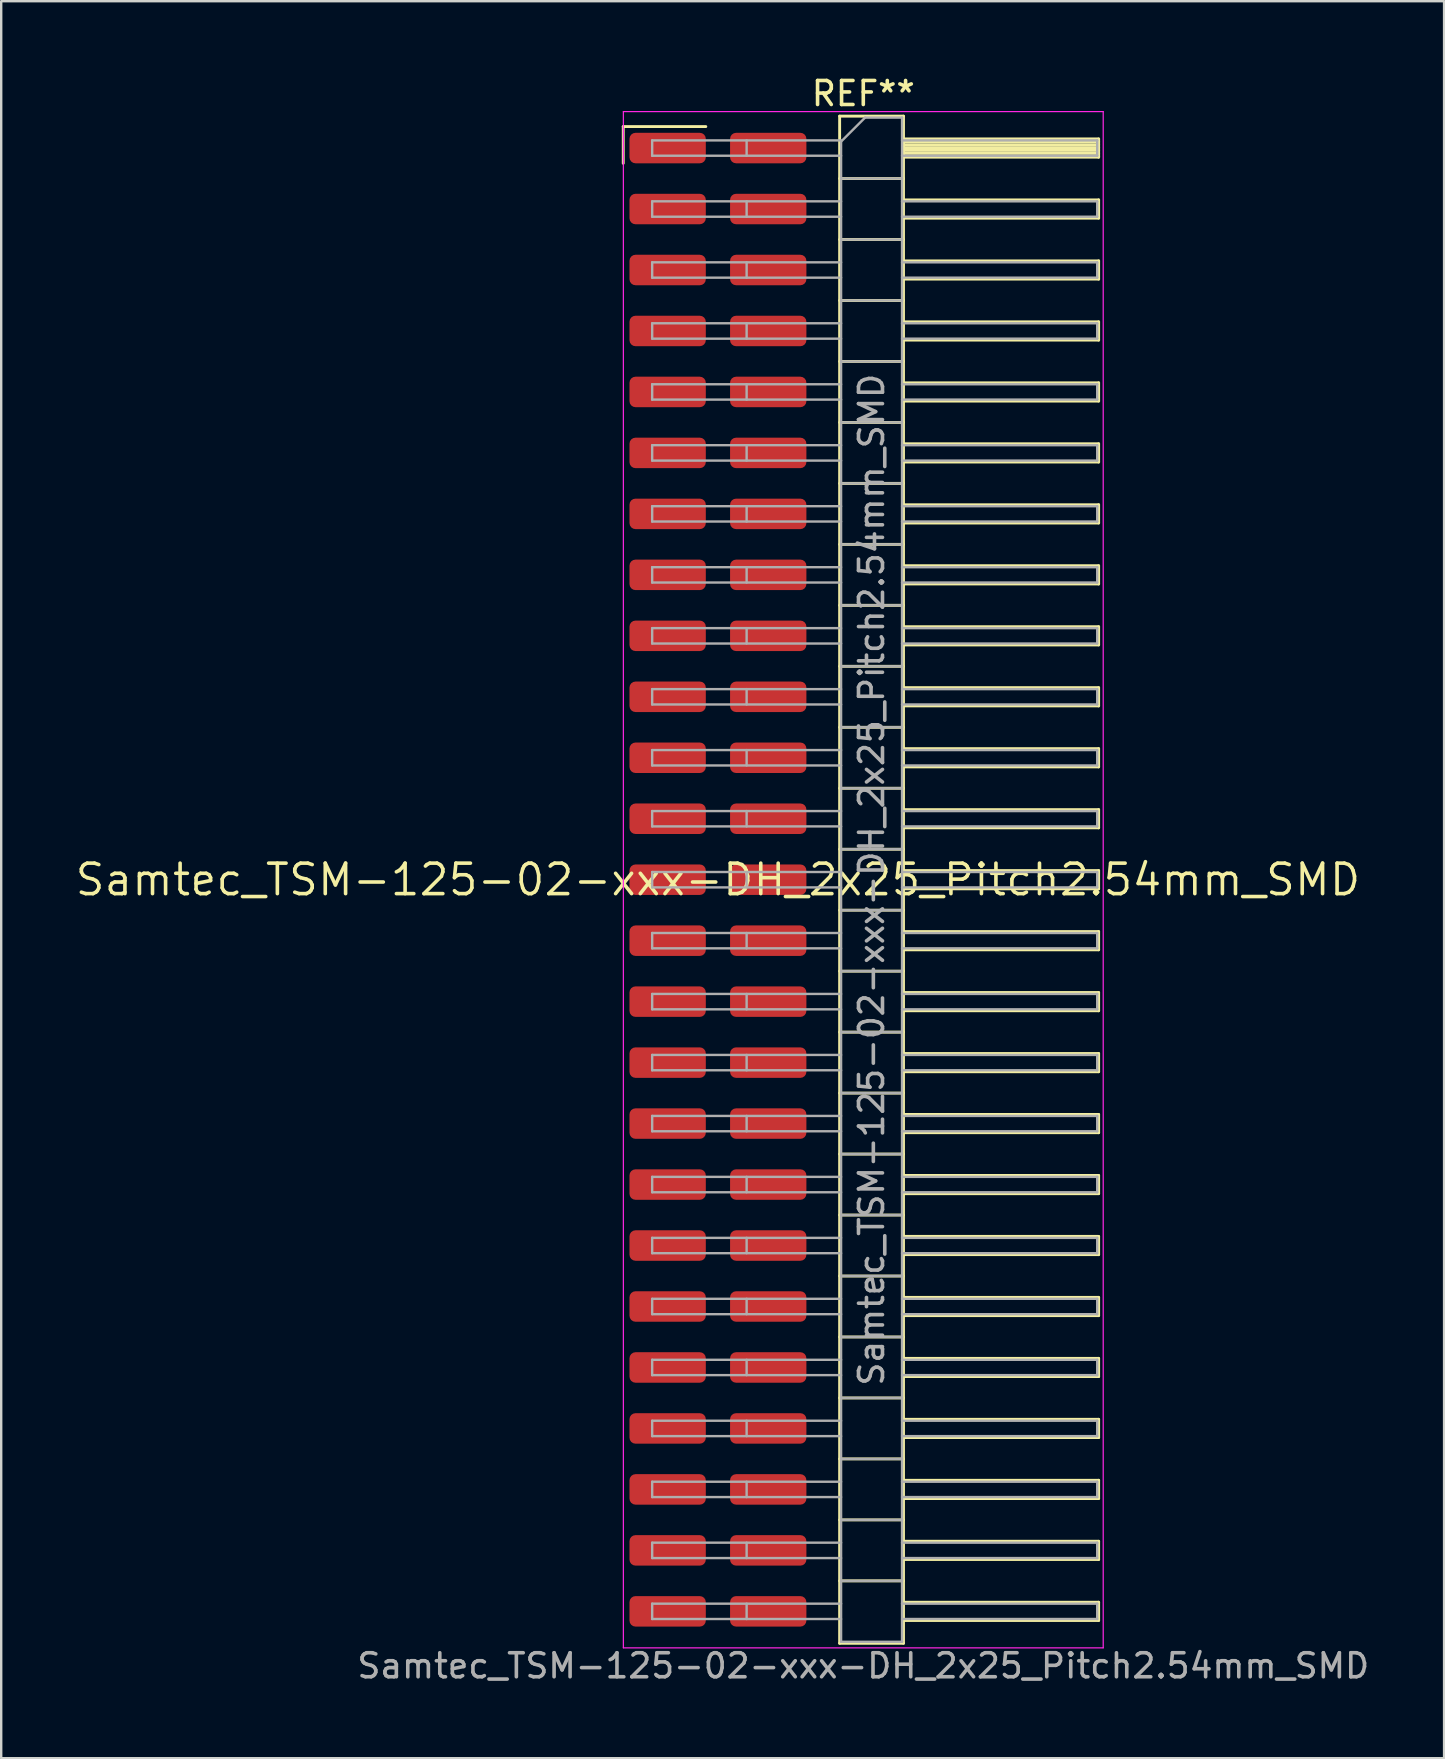
<source format=kicad_pcb>
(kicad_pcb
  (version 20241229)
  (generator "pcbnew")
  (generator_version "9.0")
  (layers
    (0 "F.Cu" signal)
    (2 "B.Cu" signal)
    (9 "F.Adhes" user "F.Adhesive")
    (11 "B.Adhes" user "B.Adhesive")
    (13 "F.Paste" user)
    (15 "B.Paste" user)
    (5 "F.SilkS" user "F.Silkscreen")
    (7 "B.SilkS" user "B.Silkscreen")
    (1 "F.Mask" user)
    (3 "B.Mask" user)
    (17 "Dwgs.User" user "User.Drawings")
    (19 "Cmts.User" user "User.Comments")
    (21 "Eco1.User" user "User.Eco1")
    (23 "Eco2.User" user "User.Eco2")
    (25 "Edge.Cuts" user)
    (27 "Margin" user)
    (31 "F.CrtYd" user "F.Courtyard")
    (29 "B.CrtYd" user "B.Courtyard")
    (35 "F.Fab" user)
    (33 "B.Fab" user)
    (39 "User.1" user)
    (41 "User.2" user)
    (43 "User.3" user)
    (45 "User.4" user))
  (footprint "Samtec_TSM-125-02-xxx-DH_2x25_Pitch2.54mm_SMD"
    (layer "F.Cu")
    (at 26.859 33.598)
    (property "Reference" "Samtec_TSM-125-02-xxx-DH_2x25_Pitch2.54mm_SMD" (at 0 0 0) (layer "F.SilkS") (effects (font (size 1.27 1.27) (thickness 0.15))))
    (attr smd)
    (fp_line (start -3.945 -31.375) (end -0.505 -31.375) (stroke (width 0.12) (type solid)) (layer "F.SilkS"))
    (fp_line (start -3.945 -29.845) (end -3.945 -31.375) (stroke (width 0.12) (type solid)) (layer "F.SilkS"))
    (fp_line (start 5.07 -31.81) (end 7.73 -31.81) (stroke (width 0.12) (type solid)) (layer "F.SilkS"))
    (fp_line (start 5.07 -29.21) (end 7.73 -29.21) (stroke (width 0.12) (type solid)) (layer "F.SilkS"))
    (fp_line (start 5.07 -26.67) (end 7.73 -26.67) (stroke (width 0.12) (type solid)) (layer "F.SilkS"))
    (fp_line (start 5.07 -24.13) (end 7.73 -24.13) (stroke (width 0.12) (type solid)) (layer "F.SilkS"))
    (fp_line (start 5.07 -21.59) (end 7.73 -21.59) (stroke (width 0.12) (type solid)) (layer "F.SilkS"))
    (fp_line (start 5.07 -19.05) (end 7.73 -19.05) (stroke (width 0.12) (type solid)) (layer "F.SilkS"))
    (fp_line (start 5.07 -16.51) (end 7.73 -16.51) (stroke (width 0.12) (type solid)) (layer "F.SilkS"))
    (fp_line (start 5.07 -13.97) (end 7.73 -13.97) (stroke (width 0.12) (type solid)) (layer "F.SilkS"))
    (fp_line (start 5.07 -11.43) (end 7.73 -11.43) (stroke (width 0.12) (type solid)) (layer "F.SilkS"))
    (fp_line (start 5.07 -8.89) (end 7.73 -8.89) (stroke (width 0.12) (type solid)) (layer "F.SilkS"))
    (fp_line (start 5.07 -6.35) (end 7.73 -6.35) (stroke (width 0.12) (type solid)) (layer "F.SilkS"))
    (fp_line (start 5.07 -3.81) (end 7.73 -3.81) (stroke (width 0.12) (type solid)) (layer "F.SilkS"))
    (fp_line (start 5.07 -1.27) (end 7.73 -1.27) (stroke (width 0.12) (type solid)) (layer "F.SilkS"))
    (fp_line (start 5.07 1.27) (end 7.73 1.27) (stroke (width 0.12) (type solid)) (layer "F.SilkS"))
    (fp_line (start 5.07 3.81) (end 7.73 3.81) (stroke (width 0.12) (type solid)) (layer "F.SilkS"))
    (fp_line (start 5.07 6.35) (end 7.73 6.35) (stroke (width 0.12) (type solid)) (layer "F.SilkS"))
    (fp_line (start 5.07 8.89) (end 7.73 8.89) (stroke (width 0.12) (type solid)) (layer "F.SilkS"))
    (fp_line (start 5.07 11.43) (end 7.73 11.43) (stroke (width 0.12) (type solid)) (layer "F.SilkS"))
    (fp_line (start 5.07 13.97) (end 7.73 13.97) (stroke (width 0.12) (type solid)) (layer "F.SilkS"))
    (fp_line (start 5.07 16.51) (end 7.73 16.51) (stroke (width 0.12) (type solid)) (layer "F.SilkS"))
    (fp_line (start 5.07 19.05) (end 7.73 19.05) (stroke (width 0.12) (type solid)) (layer "F.SilkS"))
    (fp_line (start 5.07 21.59) (end 7.73 21.59) (stroke (width 0.12) (type solid)) (layer "F.SilkS"))
    (fp_line (start 5.07 24.13) (end 7.73 24.13) (stroke (width 0.12) (type solid)) (layer "F.SilkS"))
    (fp_line (start 5.07 26.67) (end 7.73 26.67) (stroke (width 0.12) (type solid)) (layer "F.SilkS"))
    (fp_line (start 5.07 29.21) (end 7.73 29.21) (stroke (width 0.12) (type solid)) (layer "F.SilkS"))
    (fp_line (start 5.07 31.81) (end 5.07 -31.81) (stroke (width 0.12) (type solid)) (layer "F.SilkS"))
    (fp_line (start 7.73 -31.81) (end 7.73 31.81) (stroke (width 0.12) (type solid)) (layer "F.SilkS"))
    (fp_line (start 7.73 -30.86) (end 15.86 -30.86) (stroke (width 0.12) (type solid)) (layer "F.SilkS"))
    (fp_line (start 7.73 -30.74) (end 15.86 -30.74) (stroke (width 0.12) (type solid)) (layer "F.SilkS"))
    (fp_line (start 7.73 -30.62) (end 15.86 -30.62) (stroke (width 0.12) (type solid)) (layer "F.SilkS"))
    (fp_line (start 7.73 -30.5) (end 15.86 -30.5) (stroke (width 0.12) (type solid)) (layer "F.SilkS"))
    (fp_line (start 7.73 -30.38) (end 15.86 -30.38) (stroke (width 0.12) (type solid)) (layer "F.SilkS"))
    (fp_line (start 7.73 -30.26) (end 15.86 -30.26) (stroke (width 0.12) (type solid)) (layer "F.SilkS"))
    (fp_line (start 7.73 -30.14) (end 15.86 -30.14) (stroke (width 0.12) (type solid)) (layer "F.SilkS"))
    (fp_line (start 7.73 -30.1) (end 15.86 -30.1) (stroke (width 0.12) (type solid)) (layer "F.SilkS"))
    (fp_line (start 7.73 -28.32) (end 15.86 -28.32) (stroke (width 0.12) (type solid)) (layer "F.SilkS"))
    (fp_line (start 7.73 -27.56) (end 15.86 -27.56) (stroke (width 0.12) (type solid)) (layer "F.SilkS"))
    (fp_line (start 7.73 -25.78) (end 15.86 -25.78) (stroke (width 0.12) (type solid)) (layer "F.SilkS"))
    (fp_line (start 7.73 -25.02) (end 15.86 -25.02) (stroke (width 0.12) (type solid)) (layer "F.SilkS"))
    (fp_line (start 7.73 -23.24) (end 15.86 -23.24) (stroke (width 0.12) (type solid)) (layer "F.SilkS"))
    (fp_line (start 7.73 -22.48) (end 15.86 -22.48) (stroke (width 0.12) (type solid)) (layer "F.SilkS"))
    (fp_line (start 7.73 -20.7) (end 15.86 -20.7) (stroke (width 0.12) (type solid)) (layer "F.SilkS"))
    (fp_line (start 7.73 -19.94) (end 15.86 -19.94) (stroke (width 0.12) (type solid)) (layer "F.SilkS"))
    (fp_line (start 7.73 -18.16) (end 15.86 -18.16) (stroke (width 0.12) (type solid)) (layer "F.SilkS"))
    (fp_line (start 7.73 -17.4) (end 15.86 -17.4) (stroke (width 0.12) (type solid)) (layer "F.SilkS"))
    (fp_line (start 7.73 -15.62) (end 15.86 -15.62) (stroke (width 0.12) (type solid)) (layer "F.SilkS"))
    (fp_line (start 7.73 -14.86) (end 15.86 -14.86) (stroke (width 0.12) (type solid)) (layer "F.SilkS"))
    (fp_line (start 7.73 -13.08) (end 15.86 -13.08) (stroke (width 0.12) (type solid)) (layer "F.SilkS"))
    (fp_line (start 7.73 -12.32) (end 15.86 -12.32) (stroke (width 0.12) (type solid)) (layer "F.SilkS"))
    (fp_line (start 7.73 -10.54) (end 15.86 -10.54) (stroke (width 0.12) (type solid)) (layer "F.SilkS"))
    (fp_line (start 7.73 -9.78) (end 15.86 -9.78) (stroke (width 0.12) (type solid)) (layer "F.SilkS"))
    (fp_line (start 7.73 -8) (end 15.86 -8) (stroke (width 0.12) (type solid)) (layer "F.SilkS"))
    (fp_line (start 7.73 -7.24) (end 15.86 -7.24) (stroke (width 0.12) (type solid)) (layer "F.SilkS"))
    (fp_line (start 7.73 -5.46) (end 15.86 -5.46) (stroke (width 0.12) (type solid)) (layer "F.SilkS"))
    (fp_line (start 7.73 -4.7) (end 15.86 -4.7) (stroke (width 0.12) (type solid)) (layer "F.SilkS"))
    (fp_line (start 7.73 -2.92) (end 15.86 -2.92) (stroke (width 0.12) (type solid)) (layer "F.SilkS"))
    (fp_line (start 7.73 -2.16) (end 15.86 -2.16) (stroke (width 0.12) (type solid)) (layer "F.SilkS"))
    (fp_line (start 7.73 -0.38) (end 15.86 -0.38) (stroke (width 0.12) (type solid)) (layer "F.SilkS"))
    (fp_line (start 7.73 0.38) (end 15.86 0.38) (stroke (width 0.12) (type solid)) (layer "F.SilkS"))
    (fp_line (start 7.73 2.16) (end 15.86 2.16) (stroke (width 0.12) (type solid)) (layer "F.SilkS"))
    (fp_line (start 7.73 2.92) (end 15.86 2.92) (stroke (width 0.12) (type solid)) (layer "F.SilkS"))
    (fp_line (start 7.73 4.7) (end 15.86 4.7) (stroke (width 0.12) (type solid)) (layer "F.SilkS"))
    (fp_line (start 7.73 5.46) (end 15.86 5.46) (stroke (width 0.12) (type solid)) (layer "F.SilkS"))
    (fp_line (start 7.73 7.24) (end 15.86 7.24) (stroke (width 0.12) (type solid)) (layer "F.SilkS"))
    (fp_line (start 7.73 8) (end 15.86 8) (stroke (width 0.12) (type solid)) (layer "F.SilkS"))
    (fp_line (start 7.73 9.78) (end 15.86 9.78) (stroke (width 0.12) (type solid)) (layer "F.SilkS"))
    (fp_line (start 7.73 10.54) (end 15.86 10.54) (stroke (width 0.12) (type solid)) (layer "F.SilkS"))
    (fp_line (start 7.73 12.32) (end 15.86 12.32) (stroke (width 0.12) (type solid)) (layer "F.SilkS"))
    (fp_line (start 7.73 13.08) (end 15.86 13.08) (stroke (width 0.12) (type solid)) (layer "F.SilkS"))
    (fp_line (start 7.73 14.86) (end 15.86 14.86) (stroke (width 0.12) (type solid)) (layer "F.SilkS"))
    (fp_line (start 7.73 15.62) (end 15.86 15.62) (stroke (width 0.12) (type solid)) (layer "F.SilkS"))
    (fp_line (start 7.73 17.4) (end 15.86 17.4) (stroke (width 0.12) (type solid)) (layer "F.SilkS"))
    (fp_line (start 7.73 18.16) (end 15.86 18.16) (stroke (width 0.12) (type solid)) (layer "F.SilkS"))
    (fp_line (start 7.73 19.94) (end 15.86 19.94) (stroke (width 0.12) (type solid)) (layer "F.SilkS"))
    (fp_line (start 7.73 20.7) (end 15.86 20.7) (stroke (width 0.12) (type solid)) (layer "F.SilkS"))
    (fp_line (start 7.73 22.48) (end 15.86 22.48) (stroke (width 0.12) (type solid)) (layer "F.SilkS"))
    (fp_line (start 7.73 23.24) (end 15.86 23.24) (stroke (width 0.12) (type solid)) (layer "F.SilkS"))
    (fp_line (start 7.73 25.02) (end 15.86 25.02) (stroke (width 0.12) (type solid)) (layer "F.SilkS"))
    (fp_line (start 7.73 25.78) (end 15.86 25.78) (stroke (width 0.12) (type solid)) (layer "F.SilkS"))
    (fp_line (start 7.73 27.56) (end 15.86 27.56) (stroke (width 0.12) (type solid)) (layer "F.SilkS"))
    (fp_line (start 7.73 28.32) (end 15.86 28.32) (stroke (width 0.12) (type solid)) (layer "F.SilkS"))
    (fp_line (start 7.73 30.1) (end 15.86 30.1) (stroke (width 0.12) (type solid)) (layer "F.SilkS"))
    (fp_line (start 7.73 30.86) (end 15.86 30.86) (stroke (width 0.12) (type solid)) (layer "F.SilkS"))
    (fp_line (start 7.73 31.81) (end 5.07 31.81) (stroke (width 0.12) (type solid)) (layer "F.SilkS"))
    (fp_line (start 15.86 -30.86) (end 15.86 -30.1) (stroke (width 0.12) (type solid)) (layer "F.SilkS"))
    (fp_line (start 15.86 -28.32) (end 15.86 -27.56) (stroke (width 0.12) (type solid)) (layer "F.SilkS"))
    (fp_line (start 15.86 -25.78) (end 15.86 -25.02) (stroke (width 0.12) (type solid)) (layer "F.SilkS"))
    (fp_line (start 15.86 -23.24) (end 15.86 -22.48) (stroke (width 0.12) (type solid)) (layer "F.SilkS"))
    (fp_line (start 15.86 -20.7) (end 15.86 -19.94) (stroke (width 0.12) (type solid)) (layer "F.SilkS"))
    (fp_line (start 15.86 -18.16) (end 15.86 -17.4) (stroke (width 0.12) (type solid)) (layer "F.SilkS"))
    (fp_line (start 15.86 -15.62) (end 15.86 -14.86) (stroke (width 0.12) (type solid)) (layer "F.SilkS"))
    (fp_line (start 15.86 -13.08) (end 15.86 -12.32) (stroke (width 0.12) (type solid)) (layer "F.SilkS"))
    (fp_line (start 15.86 -10.54) (end 15.86 -9.78) (stroke (width 0.12) (type solid)) (layer "F.SilkS"))
    (fp_line (start 15.86 -8) (end 15.86 -7.24) (stroke (width 0.12) (type solid)) (layer "F.SilkS"))
    (fp_line (start 15.86 -5.46) (end 15.86 -4.7) (stroke (width 0.12) (type solid)) (layer "F.SilkS"))
    (fp_line (start 15.86 -2.92) (end 15.86 -2.16) (stroke (width 0.12) (type solid)) (layer "F.SilkS"))
    (fp_line (start 15.86 -0.38) (end 15.86 0.38) (stroke (width 0.12) (type solid)) (layer "F.SilkS"))
    (fp_line (start 15.86 2.16) (end 15.86 2.92) (stroke (width 0.12) (type solid)) (layer "F.SilkS"))
    (fp_line (start 15.86 4.7) (end 15.86 5.46) (stroke (width 0.12) (type solid)) (layer "F.SilkS"))
    (fp_line (start 15.86 7.24) (end 15.86 8) (stroke (width 0.12) (type solid)) (layer "F.SilkS"))
    (fp_line (start 15.86 9.78) (end 15.86 10.54) (stroke (width 0.12) (type solid)) (layer "F.SilkS"))
    (fp_line (start 15.86 12.32) (end 15.86 13.08) (stroke (width 0.12) (type solid)) (layer "F.SilkS"))
    (fp_line (start 15.86 14.86) (end 15.86 15.62) (stroke (width 0.12) (type solid)) (layer "F.SilkS"))
    (fp_line (start 15.86 17.4) (end 15.86 18.16) (stroke (width 0.12) (type solid)) (layer "F.SilkS"))
    (fp_line (start 15.86 19.94) (end 15.86 20.7) (stroke (width 0.12) (type solid)) (layer "F.SilkS"))
    (fp_line (start 15.86 22.48) (end 15.86 23.24) (stroke (width 0.12) (type solid)) (layer "F.SilkS"))
    (fp_line (start 15.86 25.02) (end 15.86 25.78) (stroke (width 0.12) (type solid)) (layer "F.SilkS"))
    (fp_line (start 15.86 27.56) (end 15.86 28.32) (stroke (width 0.12) (type solid)) (layer "F.SilkS"))
    (fp_line (start 15.86 30.1) (end 15.86 30.86) (stroke (width 0.12) (type solid)) (layer "F.SilkS"))
    (fp_line (start -3.94 -32) (end 16.05 -32) (stroke (width 0.05) (type solid)) (layer "F.CrtYd"))
    (fp_line (start -3.94 32) (end -3.94 -32) (stroke (width 0.05) (type solid)) (layer "F.CrtYd"))
    (fp_line (start 16.05 -32) (end 16.05 32) (stroke (width 0.05) (type solid)) (layer "F.CrtYd"))
    (fp_line (start 16.05 32) (end -3.94 32) (stroke (width 0.05) (type solid)) (layer "F.CrtYd"))
    (fp_line (start -2.74 -30.8) (end -2.74 -30.16) (stroke (width 0.1) (type solid)) (layer "F.Fab"))
    (fp_line (start -2.74 -30.8) (end 5.13 -30.8) (stroke (width 0.1) (type solid)) (layer "F.Fab"))
    (fp_line (start -2.74 -30.16) (end 5.13 -30.16) (stroke (width 0.1) (type solid)) (layer "F.Fab"))
    (fp_line (start -2.74 -28.26) (end -2.74 -27.62) (stroke (width 0.1) (type solid)) (layer "F.Fab"))
    (fp_line (start -2.74 -28.26) (end 5.13 -28.26) (stroke (width 0.1) (type solid)) (layer "F.Fab"))
    (fp_line (start -2.74 -27.62) (end 5.13 -27.62) (stroke (width 0.1) (type solid)) (layer "F.Fab"))
    (fp_line (start -2.74 -25.72) (end -2.74 -25.08) (stroke (width 0.1) (type solid)) (layer "F.Fab"))
    (fp_line (start -2.74 -25.72) (end 5.13 -25.72) (stroke (width 0.1) (type solid)) (layer "F.Fab"))
    (fp_line (start -2.74 -25.08) (end 5.13 -25.08) (stroke (width 0.1) (type solid)) (layer "F.Fab"))
    (fp_line (start -2.74 -23.18) (end -2.74 -22.54) (stroke (width 0.1) (type solid)) (layer "F.Fab"))
    (fp_line (start -2.74 -23.18) (end 5.13 -23.18) (stroke (width 0.1) (type solid)) (layer "F.Fab"))
    (fp_line (start -2.74 -22.54) (end 5.13 -22.54) (stroke (width 0.1) (type solid)) (layer "F.Fab"))
    (fp_line (start -2.74 -20.64) (end -2.74 -20) (stroke (width 0.1) (type solid)) (layer "F.Fab"))
    (fp_line (start -2.74 -20.64) (end 5.13 -20.64) (stroke (width 0.1) (type solid)) (layer "F.Fab"))
    (fp_line (start -2.74 -20) (end 5.13 -20) (stroke (width 0.1) (type solid)) (layer "F.Fab"))
    (fp_line (start -2.74 -18.1) (end -2.74 -17.46) (stroke (width 0.1) (type solid)) (layer "F.Fab"))
    (fp_line (start -2.74 -18.1) (end 5.13 -18.1) (stroke (width 0.1) (type solid)) (layer "F.Fab"))
    (fp_line (start -2.74 -17.46) (end 5.13 -17.46) (stroke (width 0.1) (type solid)) (layer "F.Fab"))
    (fp_line (start -2.74 -15.56) (end -2.74 -14.92) (stroke (width 0.1) (type solid)) (layer "F.Fab"))
    (fp_line (start -2.74 -15.56) (end 5.13 -15.56) (stroke (width 0.1) (type solid)) (layer "F.Fab"))
    (fp_line (start -2.74 -14.92) (end 5.13 -14.92) (stroke (width 0.1) (type solid)) (layer "F.Fab"))
    (fp_line (start -2.74 -13.02) (end -2.74 -12.38) (stroke (width 0.1) (type solid)) (layer "F.Fab"))
    (fp_line (start -2.74 -13.02) (end 5.13 -13.02) (stroke (width 0.1) (type solid)) (layer "F.Fab"))
    (fp_line (start -2.74 -12.38) (end 5.13 -12.38) (stroke (width 0.1) (type solid)) (layer "F.Fab"))
    (fp_line (start -2.74 -10.48) (end -2.74 -9.84) (stroke (width 0.1) (type solid)) (layer "F.Fab"))
    (fp_line (start -2.74 -10.48) (end 5.13 -10.48) (stroke (width 0.1) (type solid)) (layer "F.Fab"))
    (fp_line (start -2.74 -9.84) (end 5.13 -9.84) (stroke (width 0.1) (type solid)) (layer "F.Fab"))
    (fp_line (start -2.74 -7.94) (end -2.74 -7.3) (stroke (width 0.1) (type solid)) (layer "F.Fab"))
    (fp_line (start -2.74 -7.94) (end 5.13 -7.94) (stroke (width 0.1) (type solid)) (layer "F.Fab"))
    (fp_line (start -2.74 -7.3) (end 5.13 -7.3) (stroke (width 0.1) (type solid)) (layer "F.Fab"))
    (fp_line (start -2.74 -5.4) (end -2.74 -4.76) (stroke (width 0.1) (type solid)) (layer "F.Fab"))
    (fp_line (start -2.74 -5.4) (end 5.13 -5.4) (stroke (width 0.1) (type solid)) (layer "F.Fab"))
    (fp_line (start -2.74 -4.76) (end 5.13 -4.76) (stroke (width 0.1) (type solid)) (layer "F.Fab"))
    (fp_line (start -2.74 -2.86) (end -2.74 -2.22) (stroke (width 0.1) (type solid)) (layer "F.Fab"))
    (fp_line (start -2.74 -2.86) (end 5.13 -2.86) (stroke (width 0.1) (type solid)) (layer "F.Fab"))
    (fp_line (start -2.74 -2.22) (end 5.13 -2.22) (stroke (width 0.1) (type solid)) (layer "F.Fab"))
    (fp_line (start -2.74 -0.32) (end -2.74 0.32) (stroke (width 0.1) (type solid)) (layer "F.Fab"))
    (fp_line (start -2.74 -0.32) (end 5.13 -0.32) (stroke (width 0.1) (type solid)) (layer "F.Fab"))
    (fp_line (start -2.74 0.32) (end 5.13 0.32) (stroke (width 0.1) (type solid)) (layer "F.Fab"))
    (fp_line (start -2.74 2.22) (end -2.74 2.86) (stroke (width 0.1) (type solid)) (layer "F.Fab"))
    (fp_line (start -2.74 2.22) (end 5.13 2.22) (stroke (width 0.1) (type solid)) (layer "F.Fab"))
    (fp_line (start -2.74 2.86) (end 5.13 2.86) (stroke (width 0.1) (type solid)) (layer "F.Fab"))
    (fp_line (start -2.74 4.76) (end -2.74 5.4) (stroke (width 0.1) (type solid)) (layer "F.Fab"))
    (fp_line (start -2.74 4.76) (end 5.13 4.76) (stroke (width 0.1) (type solid)) (layer "F.Fab"))
    (fp_line (start -2.74 5.4) (end 5.13 5.4) (stroke (width 0.1) (type solid)) (layer "F.Fab"))
    (fp_line (start -2.74 7.3) (end -2.74 7.94) (stroke (width 0.1) (type solid)) (layer "F.Fab"))
    (fp_line (start -2.74 7.3) (end 5.13 7.3) (stroke (width 0.1) (type solid)) (layer "F.Fab"))
    (fp_line (start -2.74 7.94) (end 5.13 7.94) (stroke (width 0.1) (type solid)) (layer "F.Fab"))
    (fp_line (start -2.74 9.84) (end -2.74 10.48) (stroke (width 0.1) (type solid)) (layer "F.Fab"))
    (fp_line (start -2.74 9.84) (end 5.13 9.84) (stroke (width 0.1) (type solid)) (layer "F.Fab"))
    (fp_line (start -2.74 10.48) (end 5.13 10.48) (stroke (width 0.1) (type solid)) (layer "F.Fab"))
    (fp_line (start -2.74 12.38) (end -2.74 13.02) (stroke (width 0.1) (type solid)) (layer "F.Fab"))
    (fp_line (start -2.74 12.38) (end 5.13 12.38) (stroke (width 0.1) (type solid)) (layer "F.Fab"))
    (fp_line (start -2.74 13.02) (end 5.13 13.02) (stroke (width 0.1) (type solid)) (layer "F.Fab"))
    (fp_line (start -2.74 14.92) (end -2.74 15.56) (stroke (width 0.1) (type solid)) (layer "F.Fab"))
    (fp_line (start -2.74 14.92) (end 5.13 14.92) (stroke (width 0.1) (type solid)) (layer "F.Fab"))
    (fp_line (start -2.74 15.56) (end 5.13 15.56) (stroke (width 0.1) (type solid)) (layer "F.Fab"))
    (fp_line (start -2.74 17.46) (end -2.74 18.1) (stroke (width 0.1) (type solid)) (layer "F.Fab"))
    (fp_line (start -2.74 17.46) (end 5.13 17.46) (stroke (width 0.1) (type solid)) (layer "F.Fab"))
    (fp_line (start -2.74 18.1) (end 5.13 18.1) (stroke (width 0.1) (type solid)) (layer "F.Fab"))
    (fp_line (start -2.74 20) (end -2.74 20.64) (stroke (width 0.1) (type solid)) (layer "F.Fab"))
    (fp_line (start -2.74 20) (end 5.13 20) (stroke (width 0.1) (type solid)) (layer "F.Fab"))
    (fp_line (start -2.74 20.64) (end 5.13 20.64) (stroke (width 0.1) (type solid)) (layer "F.Fab"))
    (fp_line (start -2.74 22.54) (end -2.74 23.18) (stroke (width 0.1) (type solid)) (layer "F.Fab"))
    (fp_line (start -2.74 22.54) (end 5.13 22.54) (stroke (width 0.1) (type solid)) (layer "F.Fab"))
    (fp_line (start -2.74 23.18) (end 5.13 23.18) (stroke (width 0.1) (type solid)) (layer "F.Fab"))
    (fp_line (start -2.74 25.08) (end -2.74 25.72) (stroke (width 0.1) (type solid)) (layer "F.Fab"))
    (fp_line (start -2.74 25.08) (end 5.13 25.08) (stroke (width 0.1) (type solid)) (layer "F.Fab"))
    (fp_line (start -2.74 25.72) (end 5.13 25.72) (stroke (width 0.1) (type solid)) (layer "F.Fab"))
    (fp_line (start -2.74 27.62) (end -2.74 28.26) (stroke (width 0.1) (type solid)) (layer "F.Fab"))
    (fp_line (start -2.74 27.62) (end 5.13 27.62) (stroke (width 0.1) (type solid)) (layer "F.Fab"))
    (fp_line (start -2.74 28.26) (end 5.13 28.26) (stroke (width 0.1) (type solid)) (layer "F.Fab"))
    (fp_line (start -2.74 30.16) (end -2.74 30.8) (stroke (width 0.1) (type solid)) (layer "F.Fab"))
    (fp_line (start -2.74 30.16) (end 5.13 30.16) (stroke (width 0.1) (type solid)) (layer "F.Fab"))
    (fp_line (start -2.74 30.8) (end 5.13 30.8) (stroke (width 0.1) (type solid)) (layer "F.Fab"))
    (fp_line (start 1.195 -30.8) (end 1.195 -30.16) (stroke (width 0.1) (type solid)) (layer "F.Fab"))
    (fp_line (start 1.195 -28.26) (end 1.195 -27.62) (stroke (width 0.1) (type solid)) (layer "F.Fab"))
    (fp_line (start 1.195 -25.72) (end 1.195 -25.08) (stroke (width 0.1) (type solid)) (layer "F.Fab"))
    (fp_line (start 1.195 -23.18) (end 1.195 -22.54) (stroke (width 0.1) (type solid)) (layer "F.Fab"))
    (fp_line (start 1.195 -20.64) (end 1.195 -20) (stroke (width 0.1) (type solid)) (layer "F.Fab"))
    (fp_line (start 1.195 -18.1) (end 1.195 -17.46) (stroke (width 0.1) (type solid)) (layer "F.Fab"))
    (fp_line (start 1.195 -15.56) (end 1.195 -14.92) (stroke (width 0.1) (type solid)) (layer "F.Fab"))
    (fp_line (start 1.195 -13.02) (end 1.195 -12.38) (stroke (width 0.1) (type solid)) (layer "F.Fab"))
    (fp_line (start 1.195 -10.48) (end 1.195 -9.84) (stroke (width 0.1) (type solid)) (layer "F.Fab"))
    (fp_line (start 1.195 -7.94) (end 1.195 -7.3) (stroke (width 0.1) (type solid)) (layer "F.Fab"))
    (fp_line (start 1.195 -5.4) (end 1.195 -4.76) (stroke (width 0.1) (type solid)) (layer "F.Fab"))
    (fp_line (start 1.195 -2.86) (end 1.195 -2.22) (stroke (width 0.1) (type solid)) (layer "F.Fab"))
    (fp_line (start 1.195 -0.32) (end 1.195 0.32) (stroke (width 0.1) (type solid)) (layer "F.Fab"))
    (fp_line (start 1.195 2.22) (end 1.195 2.86) (stroke (width 0.1) (type solid)) (layer "F.Fab"))
    (fp_line (start 1.195 4.76) (end 1.195 5.4) (stroke (width 0.1) (type solid)) (layer "F.Fab"))
    (fp_line (start 1.195 7.3) (end 1.195 7.94) (stroke (width 0.1) (type solid)) (layer "F.Fab"))
    (fp_line (start 1.195 9.84) (end 1.195 10.48) (stroke (width 0.1) (type solid)) (layer "F.Fab"))
    (fp_line (start 1.195 12.38) (end 1.195 13.02) (stroke (width 0.1) (type solid)) (layer "F.Fab"))
    (fp_line (start 1.195 14.92) (end 1.195 15.56) (stroke (width 0.1) (type solid)) (layer "F.Fab"))
    (fp_line (start 1.195 17.46) (end 1.195 18.1) (stroke (width 0.1) (type solid)) (layer "F.Fab"))
    (fp_line (start 1.195 20) (end 1.195 20.64) (stroke (width 0.1) (type solid)) (layer "F.Fab"))
    (fp_line (start 1.195 22.54) (end 1.195 23.18) (stroke (width 0.1) (type solid)) (layer "F.Fab"))
    (fp_line (start 1.195 25.08) (end 1.195 25.72) (stroke (width 0.1) (type solid)) (layer "F.Fab"))
    (fp_line (start 1.195 27.62) (end 1.195 28.26) (stroke (width 0.1) (type solid)) (layer "F.Fab"))
    (fp_line (start 1.195 30.16) (end 1.195 30.8) (stroke (width 0.1) (type solid)) (layer "F.Fab"))
    (fp_line (start 5.13 -30.75) (end 6.13 -31.75) (stroke (width 0.1) (type solid)) (layer "F.Fab"))
    (fp_line (start 5.13 -29.21) (end 7.67 -29.21) (stroke (width 0.1) (type solid)) (layer "F.Fab"))
    (fp_line (start 5.13 -26.67) (end 7.67 -26.67) (stroke (width 0.1) (type solid)) (layer "F.Fab"))
    (fp_line (start 5.13 -24.13) (end 7.67 -24.13) (stroke (width 0.1) (type solid)) (layer "F.Fab"))
    (fp_line (start 5.13 -21.59) (end 7.67 -21.59) (stroke (width 0.1) (type solid)) (layer "F.Fab"))
    (fp_line (start 5.13 -19.05) (end 7.67 -19.05) (stroke (width 0.1) (type solid)) (layer "F.Fab"))
    (fp_line (start 5.13 -16.51) (end 7.67 -16.51) (stroke (width 0.1) (type solid)) (layer "F.Fab"))
    (fp_line (start 5.13 -13.97) (end 7.67 -13.97) (stroke (width 0.1) (type solid)) (layer "F.Fab"))
    (fp_line (start 5.13 -11.43) (end 7.67 -11.43) (stroke (width 0.1) (type solid)) (layer "F.Fab"))
    (fp_line (start 5.13 -8.89) (end 7.67 -8.89) (stroke (width 0.1) (type solid)) (layer "F.Fab"))
    (fp_line (start 5.13 -6.35) (end 7.67 -6.35) (stroke (width 0.1) (type solid)) (layer "F.Fab"))
    (fp_line (start 5.13 -3.81) (end 7.67 -3.81) (stroke (width 0.1) (type solid)) (layer "F.Fab"))
    (fp_line (start 5.13 -1.27) (end 7.67 -1.27) (stroke (width 0.1) (type solid)) (layer "F.Fab"))
    (fp_line (start 5.13 1.27) (end 7.67 1.27) (stroke (width 0.1) (type solid)) (layer "F.Fab"))
    (fp_line (start 5.13 3.81) (end 7.67 3.81) (stroke (width 0.1) (type solid)) (layer "F.Fab"))
    (fp_line (start 5.13 6.35) (end 7.67 6.35) (stroke (width 0.1) (type solid)) (layer "F.Fab"))
    (fp_line (start 5.13 8.89) (end 7.67 8.89) (stroke (width 0.1) (type solid)) (layer "F.Fab"))
    (fp_line (start 5.13 11.43) (end 7.67 11.43) (stroke (width 0.1) (type solid)) (layer "F.Fab"))
    (fp_line (start 5.13 13.97) (end 7.67 13.97) (stroke (width 0.1) (type solid)) (layer "F.Fab"))
    (fp_line (start 5.13 16.51) (end 7.67 16.51) (stroke (width 0.1) (type solid)) (layer "F.Fab"))
    (fp_line (start 5.13 19.05) (end 7.67 19.05) (stroke (width 0.1) (type solid)) (layer "F.Fab"))
    (fp_line (start 5.13 21.59) (end 7.67 21.59) (stroke (width 0.1) (type solid)) (layer "F.Fab"))
    (fp_line (start 5.13 24.13) (end 7.67 24.13) (stroke (width 0.1) (type solid)) (layer "F.Fab"))
    (fp_line (start 5.13 26.67) (end 7.67 26.67) (stroke (width 0.1) (type solid)) (layer "F.Fab"))
    (fp_line (start 5.13 29.21) (end 7.67 29.21) (stroke (width 0.1) (type solid)) (layer "F.Fab"))
    (fp_line (start 5.13 31.75) (end 5.13 -30.75) (stroke (width 0.1) (type solid)) (layer "F.Fab"))
    (fp_line (start 6.13 -31.75) (end 7.67 -31.75) (stroke (width 0.1) (type solid)) (layer "F.Fab"))
    (fp_line (start 7.67 -31.75) (end 7.67 31.75) (stroke (width 0.1) (type solid)) (layer "F.Fab"))
    (fp_line (start 7.67 -30.8) (end 15.8 -30.8) (stroke (width 0.1) (type solid)) (layer "F.Fab"))
    (fp_line (start 7.67 -30.16) (end 15.8 -30.16) (stroke (width 0.1) (type solid)) (layer "F.Fab"))
    (fp_line (start 7.67 -28.26) (end 15.8 -28.26) (stroke (width 0.1) (type solid)) (layer "F.Fab"))
    (fp_line (start 7.67 -27.62) (end 15.8 -27.62) (stroke (width 0.1) (type solid)) (layer "F.Fab"))
    (fp_line (start 7.67 -25.72) (end 15.8 -25.72) (stroke (width 0.1) (type solid)) (layer "F.Fab"))
    (fp_line (start 7.67 -25.08) (end 15.8 -25.08) (stroke (width 0.1) (type solid)) (layer "F.Fab"))
    (fp_line (start 7.67 -23.18) (end 15.8 -23.18) (stroke (width 0.1) (type solid)) (layer "F.Fab"))
    (fp_line (start 7.67 -22.54) (end 15.8 -22.54) (stroke (width 0.1) (type solid)) (layer "F.Fab"))
    (fp_line (start 7.67 -20.64) (end 15.8 -20.64) (stroke (width 0.1) (type solid)) (layer "F.Fab"))
    (fp_line (start 7.67 -20) (end 15.8 -20) (stroke (width 0.1) (type solid)) (layer "F.Fab"))
    (fp_line (start 7.67 -18.1) (end 15.8 -18.1) (stroke (width 0.1) (type solid)) (layer "F.Fab"))
    (fp_line (start 7.67 -17.46) (end 15.8 -17.46) (stroke (width 0.1) (type solid)) (layer "F.Fab"))
    (fp_line (start 7.67 -15.56) (end 15.8 -15.56) (stroke (width 0.1) (type solid)) (layer "F.Fab"))
    (fp_line (start 7.67 -14.92) (end 15.8 -14.92) (stroke (width 0.1) (type solid)) (layer "F.Fab"))
    (fp_line (start 7.67 -13.02) (end 15.8 -13.02) (stroke (width 0.1) (type solid)) (layer "F.Fab"))
    (fp_line (start 7.67 -12.38) (end 15.8 -12.38) (stroke (width 0.1) (type solid)) (layer "F.Fab"))
    (fp_line (start 7.67 -10.48) (end 15.8 -10.48) (stroke (width 0.1) (type solid)) (layer "F.Fab"))
    (fp_line (start 7.67 -9.84) (end 15.8 -9.84) (stroke (width 0.1) (type solid)) (layer "F.Fab"))
    (fp_line (start 7.67 -7.94) (end 15.8 -7.94) (stroke (width 0.1) (type solid)) (layer "F.Fab"))
    (fp_line (start 7.67 -7.3) (end 15.8 -7.3) (stroke (width 0.1) (type solid)) (layer "F.Fab"))
    (fp_line (start 7.67 -5.4) (end 15.8 -5.4) (stroke (width 0.1) (type solid)) (layer "F.Fab"))
    (fp_line (start 7.67 -4.76) (end 15.8 -4.76) (stroke (width 0.1) (type solid)) (layer "F.Fab"))
    (fp_line (start 7.67 -2.86) (end 15.8 -2.86) (stroke (width 0.1) (type solid)) (layer "F.Fab"))
    (fp_line (start 7.67 -2.22) (end 15.8 -2.22) (stroke (width 0.1) (type solid)) (layer "F.Fab"))
    (fp_line (start 7.67 -0.32) (end 15.8 -0.32) (stroke (width 0.1) (type solid)) (layer "F.Fab"))
    (fp_line (start 7.67 0.32) (end 15.8 0.32) (stroke (width 0.1) (type solid)) (layer "F.Fab"))
    (fp_line (start 7.67 2.22) (end 15.8 2.22) (stroke (width 0.1) (type solid)) (layer "F.Fab"))
    (fp_line (start 7.67 2.86) (end 15.8 2.86) (stroke (width 0.1) (type solid)) (layer "F.Fab"))
    (fp_line (start 7.67 4.76) (end 15.8 4.76) (stroke (width 0.1) (type solid)) (layer "F.Fab"))
    (fp_line (start 7.67 5.4) (end 15.8 5.4) (stroke (width 0.1) (type solid)) (layer "F.Fab"))
    (fp_line (start 7.67 7.3) (end 15.8 7.3) (stroke (width 0.1) (type solid)) (layer "F.Fab"))
    (fp_line (start 7.67 7.94) (end 15.8 7.94) (stroke (width 0.1) (type solid)) (layer "F.Fab"))
    (fp_line (start 7.67 9.84) (end 15.8 9.84) (stroke (width 0.1) (type solid)) (layer "F.Fab"))
    (fp_line (start 7.67 10.48) (end 15.8 10.48) (stroke (width 0.1) (type solid)) (layer "F.Fab"))
    (fp_line (start 7.67 12.38) (end 15.8 12.38) (stroke (width 0.1) (type solid)) (layer "F.Fab"))
    (fp_line (start 7.67 13.02) (end 15.8 13.02) (stroke (width 0.1) (type solid)) (layer "F.Fab"))
    (fp_line (start 7.67 14.92) (end 15.8 14.92) (stroke (width 0.1) (type solid)) (layer "F.Fab"))
    (fp_line (start 7.67 15.56) (end 15.8 15.56) (stroke (width 0.1) (type solid)) (layer "F.Fab"))
    (fp_line (start 7.67 17.46) (end 15.8 17.46) (stroke (width 0.1) (type solid)) (layer "F.Fab"))
    (fp_line (start 7.67 18.1) (end 15.8 18.1) (stroke (width 0.1) (type solid)) (layer "F.Fab"))
    (fp_line (start 7.67 20) (end 15.8 20) (stroke (width 0.1) (type solid)) (layer "F.Fab"))
    (fp_line (start 7.67 20.64) (end 15.8 20.64) (stroke (width 0.1) (type solid)) (layer "F.Fab"))
    (fp_line (start 7.67 22.54) (end 15.8 22.54) (stroke (width 0.1) (type solid)) (layer "F.Fab"))
    (fp_line (start 7.67 23.18) (end 15.8 23.18) (stroke (width 0.1) (type solid)) (layer "F.Fab"))
    (fp_line (start 7.67 25.08) (end 15.8 25.08) (stroke (width 0.1) (type solid)) (layer "F.Fab"))
    (fp_line (start 7.67 25.72) (end 15.8 25.72) (stroke (width 0.1) (type solid)) (layer "F.Fab"))
    (fp_line (start 7.67 27.62) (end 15.8 27.62) (stroke (width 0.1) (type solid)) (layer "F.Fab"))
    (fp_line (start 7.67 28.26) (end 15.8 28.26) (stroke (width 0.1) (type solid)) (layer "F.Fab"))
    (fp_line (start 7.67 30.16) (end 15.8 30.16) (stroke (width 0.1) (type solid)) (layer "F.Fab"))
    (fp_line (start 7.67 30.8) (end 15.8 30.8) (stroke (width 0.1) (type solid)) (layer "F.Fab"))
    (fp_line (start 7.67 31.75) (end 5.13 31.75) (stroke (width 0.1) (type solid)) (layer "F.Fab"))
    (fp_line (start 15.8 -30.8) (end 15.8 -30.16) (stroke (width 0.1) (type solid)) (layer "F.Fab"))
    (fp_line (start 15.8 -28.26) (end 15.8 -27.62) (stroke (width 0.1) (type solid)) (layer "F.Fab"))
    (fp_line (start 15.8 -25.72) (end 15.8 -25.08) (stroke (width 0.1) (type solid)) (layer "F.Fab"))
    (fp_line (start 15.8 -23.18) (end 15.8 -22.54) (stroke (width 0.1) (type solid)) (layer "F.Fab"))
    (fp_line (start 15.8 -20.64) (end 15.8 -20) (stroke (width 0.1) (type solid)) (layer "F.Fab"))
    (fp_line (start 15.8 -18.1) (end 15.8 -17.46) (stroke (width 0.1) (type solid)) (layer "F.Fab"))
    (fp_line (start 15.8 -15.56) (end 15.8 -14.92) (stroke (width 0.1) (type solid)) (layer "F.Fab"))
    (fp_line (start 15.8 -13.02) (end 15.8 -12.38) (stroke (width 0.1) (type solid)) (layer "F.Fab"))
    (fp_line (start 15.8 -10.48) (end 15.8 -9.84) (stroke (width 0.1) (type solid)) (layer "F.Fab"))
    (fp_line (start 15.8 -7.94) (end 15.8 -7.3) (stroke (width 0.1) (type solid)) (layer "F.Fab"))
    (fp_line (start 15.8 -5.4) (end 15.8 -4.76) (stroke (width 0.1) (type solid)) (layer "F.Fab"))
    (fp_line (start 15.8 -2.86) (end 15.8 -2.22) (stroke (width 0.1) (type solid)) (layer "F.Fab"))
    (fp_line (start 15.8 -0.32) (end 15.8 0.32) (stroke (width 0.1) (type solid)) (layer "F.Fab"))
    (fp_line (start 15.8 2.22) (end 15.8 2.86) (stroke (width 0.1) (type solid)) (layer "F.Fab"))
    (fp_line (start 15.8 4.76) (end 15.8 5.4) (stroke (width 0.1) (type solid)) (layer "F.Fab"))
    (fp_line (start 15.8 7.3) (end 15.8 7.94) (stroke (width 0.1) (type solid)) (layer "F.Fab"))
    (fp_line (start 15.8 9.84) (end 15.8 10.48) (stroke (width 0.1) (type solid)) (layer "F.Fab"))
    (fp_line (start 15.8 12.38) (end 15.8 13.02) (stroke (width 0.1) (type solid)) (layer "F.Fab"))
    (fp_line (start 15.8 14.92) (end 15.8 15.56) (stroke (width 0.1) (type solid)) (layer "F.Fab"))
    (fp_line (start 15.8 17.46) (end 15.8 18.1) (stroke (width 0.1) (type solid)) (layer "F.Fab"))
    (fp_line (start 15.8 20) (end 15.8 20.64) (stroke (width 0.1) (type solid)) (layer "F.Fab"))
    (fp_line (start 15.8 22.54) (end 15.8 23.18) (stroke (width 0.1) (type solid)) (layer "F.Fab"))
    (fp_line (start 15.8 25.08) (end 15.8 25.72) (stroke (width 0.1) (type solid)) (layer "F.Fab"))
    (fp_line (start 15.8 27.62) (end 15.8 28.26) (stroke (width 0.1) (type solid)) (layer "F.Fab"))
    (fp_line (start 15.8 30.16) (end 15.8 30.8) (stroke (width 0.1) (type solid)) (layer "F.Fab"))
    (fp_text user "REF**" (at 6.055 -32.75 0) (layer "F.SilkS") (effects (font (size 1 1) (thickness 0.15))))
    (fp_text user "${REFERENCE}" (at 6.4 0 90) (layer "F.Fab") (effects (font (size 1 1) (thickness 0.15))))
    (fp_text user "Samtec_TSM-125-02-xxx-DH_2x25_Pitch2.54mm_SMD" (at 6.055 32.75 0) (layer "F.Fab") (effects (font (size 1 1) (thickness 0.15))))
    (pad "1" smd roundrect (at -2.095 -30.48) (size 3.18 1.27) (layers "F.Cu" "F.Mask" "F.Paste") (roundrect_rratio 0.197))
    (pad "2" smd roundrect (at 2.095 -30.48) (size 3.18 1.27) (layers "F.Cu" "F.Mask" "F.Paste") (roundrect_rratio 0.197))
    (pad "3" smd roundrect (at -2.095 -27.94) (size 3.18 1.27) (layers "F.Cu" "F.Mask" "F.Paste") (roundrect_rratio 0.197))
    (pad "4" smd roundrect (at 2.095 -27.94) (size 3.18 1.27) (layers "F.Cu" "F.Mask" "F.Paste") (roundrect_rratio 0.197))
    (pad "5" smd roundrect (at -2.095 -25.4) (size 3.18 1.27) (layers "F.Cu" "F.Mask" "F.Paste") (roundrect_rratio 0.197))
    (pad "6" smd roundrect (at 2.095 -25.4) (size 3.18 1.27) (layers "F.Cu" "F.Mask" "F.Paste") (roundrect_rratio 0.197))
    (pad "7" smd roundrect (at -2.095 -22.86) (size 3.18 1.27) (layers "F.Cu" "F.Mask" "F.Paste") (roundrect_rratio 0.197))
    (pad "8" smd roundrect (at 2.095 -22.86) (size 3.18 1.27) (layers "F.Cu" "F.Mask" "F.Paste") (roundrect_rratio 0.197))
    (pad "9" smd roundrect (at -2.095 -20.32) (size 3.18 1.27) (layers "F.Cu" "F.Mask" "F.Paste") (roundrect_rratio 0.197))
    (pad "10" smd roundrect (at 2.095 -20.32) (size 3.18 1.27) (layers "F.Cu" "F.Mask" "F.Paste") (roundrect_rratio 0.197))
    (pad "11" smd roundrect (at -2.095 -17.78) (size 3.18 1.27) (layers "F.Cu" "F.Mask" "F.Paste") (roundrect_rratio 0.197))
    (pad "12" smd roundrect (at 2.095 -17.78) (size 3.18 1.27) (layers "F.Cu" "F.Mask" "F.Paste") (roundrect_rratio 0.197))
    (pad "13" smd roundrect (at -2.095 -15.24) (size 3.18 1.27) (layers "F.Cu" "F.Mask" "F.Paste") (roundrect_rratio 0.197))
    (pad "14" smd roundrect (at 2.095 -15.24) (size 3.18 1.27) (layers "F.Cu" "F.Mask" "F.Paste") (roundrect_rratio 0.197))
    (pad "15" smd roundrect (at -2.095 -12.7) (size 3.18 1.27) (layers "F.Cu" "F.Mask" "F.Paste") (roundrect_rratio 0.197))
    (pad "16" smd roundrect (at 2.095 -12.7) (size 3.18 1.27) (layers "F.Cu" "F.Mask" "F.Paste") (roundrect_rratio 0.197))
    (pad "17" smd roundrect (at -2.095 -10.16) (size 3.18 1.27) (layers "F.Cu" "F.Mask" "F.Paste") (roundrect_rratio 0.197))
    (pad "18" smd roundrect (at 2.095 -10.16) (size 3.18 1.27) (layers "F.Cu" "F.Mask" "F.Paste") (roundrect_rratio 0.197))
    (pad "19" smd roundrect (at -2.095 -7.62) (size 3.18 1.27) (layers "F.Cu" "F.Mask" "F.Paste") (roundrect_rratio 0.197))
    (pad "20" smd roundrect (at 2.095 -7.62) (size 3.18 1.27) (layers "F.Cu" "F.Mask" "F.Paste") (roundrect_rratio 0.197))
    (pad "21" smd roundrect (at -2.095 -5.08) (size 3.18 1.27) (layers "F.Cu" "F.Mask" "F.Paste") (roundrect_rratio 0.197))
    (pad "22" smd roundrect (at 2.095 -5.08) (size 3.18 1.27) (layers "F.Cu" "F.Mask" "F.Paste") (roundrect_rratio 0.197))
    (pad "23" smd roundrect (at -2.095 -2.54) (size 3.18 1.27) (layers "F.Cu" "F.Mask" "F.Paste") (roundrect_rratio 0.197))
    (pad "24" smd roundrect (at 2.095 -2.54) (size 3.18 1.27) (layers "F.Cu" "F.Mask" "F.Paste") (roundrect_rratio 0.197))
    (pad "25" smd roundrect (at -2.095 0) (size 3.18 1.27) (layers "F.Cu" "F.Mask" "F.Paste") (roundrect_rratio 0.197))
    (pad "26" smd roundrect (at 2.095 0) (size 3.18 1.27) (layers "F.Cu" "F.Mask" "F.Paste") (roundrect_rratio 0.197))
    (pad "27" smd roundrect (at -2.095 2.54) (size 3.18 1.27) (layers "F.Cu" "F.Mask" "F.Paste") (roundrect_rratio 0.197))
    (pad "28" smd roundrect (at 2.095 2.54) (size 3.18 1.27) (layers "F.Cu" "F.Mask" "F.Paste") (roundrect_rratio 0.197))
    (pad "29" smd roundrect (at -2.095 5.08) (size 3.18 1.27) (layers "F.Cu" "F.Mask" "F.Paste") (roundrect_rratio 0.197))
    (pad "30" smd roundrect (at 2.095 5.08) (size 3.18 1.27) (layers "F.Cu" "F.Mask" "F.Paste") (roundrect_rratio 0.197))
    (pad "31" smd roundrect (at -2.095 7.62) (size 3.18 1.27) (layers "F.Cu" "F.Mask" "F.Paste") (roundrect_rratio 0.197))
    (pad "32" smd roundrect (at 2.095 7.62) (size 3.18 1.27) (layers "F.Cu" "F.Mask" "F.Paste") (roundrect_rratio 0.197))
    (pad "33" smd roundrect (at -2.095 10.16) (size 3.18 1.27) (layers "F.Cu" "F.Mask" "F.Paste") (roundrect_rratio 0.197))
    (pad "34" smd roundrect (at 2.095 10.16) (size 3.18 1.27) (layers "F.Cu" "F.Mask" "F.Paste") (roundrect_rratio 0.197))
    (pad "35" smd roundrect (at -2.095 12.7) (size 3.18 1.27) (layers "F.Cu" "F.Mask" "F.Paste") (roundrect_rratio 0.197))
    (pad "36" smd roundrect (at 2.095 12.7) (size 3.18 1.27) (layers "F.Cu" "F.Mask" "F.Paste") (roundrect_rratio 0.197))
    (pad "37" smd roundrect (at -2.095 15.24) (size 3.18 1.27) (layers "F.Cu" "F.Mask" "F.Paste") (roundrect_rratio 0.197))
    (pad "38" smd roundrect (at 2.095 15.24) (size 3.18 1.27) (layers "F.Cu" "F.Mask" "F.Paste") (roundrect_rratio 0.197))
    (pad "39" smd roundrect (at -2.095 17.78) (size 3.18 1.27) (layers "F.Cu" "F.Mask" "F.Paste") (roundrect_rratio 0.197))
    (pad "40" smd roundrect (at 2.095 17.78) (size 3.18 1.27) (layers "F.Cu" "F.Mask" "F.Paste") (roundrect_rratio 0.197))
    (pad "41" smd roundrect (at -2.095 20.32) (size 3.18 1.27) (layers "F.Cu" "F.Mask" "F.Paste") (roundrect_rratio 0.197))
    (pad "42" smd roundrect (at 2.095 20.32) (size 3.18 1.27) (layers "F.Cu" "F.Mask" "F.Paste") (roundrect_rratio 0.197))
    (pad "43" smd roundrect (at -2.095 22.86) (size 3.18 1.27) (layers "F.Cu" "F.Mask" "F.Paste") (roundrect_rratio 0.197))
    (pad "44" smd roundrect (at 2.095 22.86) (size 3.18 1.27) (layers "F.Cu" "F.Mask" "F.Paste") (roundrect_rratio 0.197))
    (pad "45" smd roundrect (at -2.095 25.4) (size 3.18 1.27) (layers "F.Cu" "F.Mask" "F.Paste") (roundrect_rratio 0.197))
    (pad "46" smd roundrect (at 2.095 25.4) (size 3.18 1.27) (layers "F.Cu" "F.Mask" "F.Paste") (roundrect_rratio 0.197))
    (pad "47" smd roundrect (at -2.095 27.94) (size 3.18 1.27) (layers "F.Cu" "F.Mask" "F.Paste") (roundrect_rratio 0.197))
    (pad "48" smd roundrect (at 2.095 27.94) (size 3.18 1.27) (layers "F.Cu" "F.Mask" "F.Paste") (roundrect_rratio 0.197))
    (pad "49" smd roundrect (at -2.095 30.48) (size 3.18 1.27) (layers "F.Cu" "F.Mask" "F.Paste") (roundrect_rratio 0.197))
    (pad "50" smd roundrect (at 2.095 30.48) (size 3.18 1.27) (layers "F.Cu" "F.Mask" "F.Paste") (roundrect_rratio 0.197)))
  (gr_rect
    (start -3 -3)
    (end 57.11 70.197)
    (stroke (width 0.1) (type default))
    (fill no)
    (layer "Edge.Cuts")))
</source>
